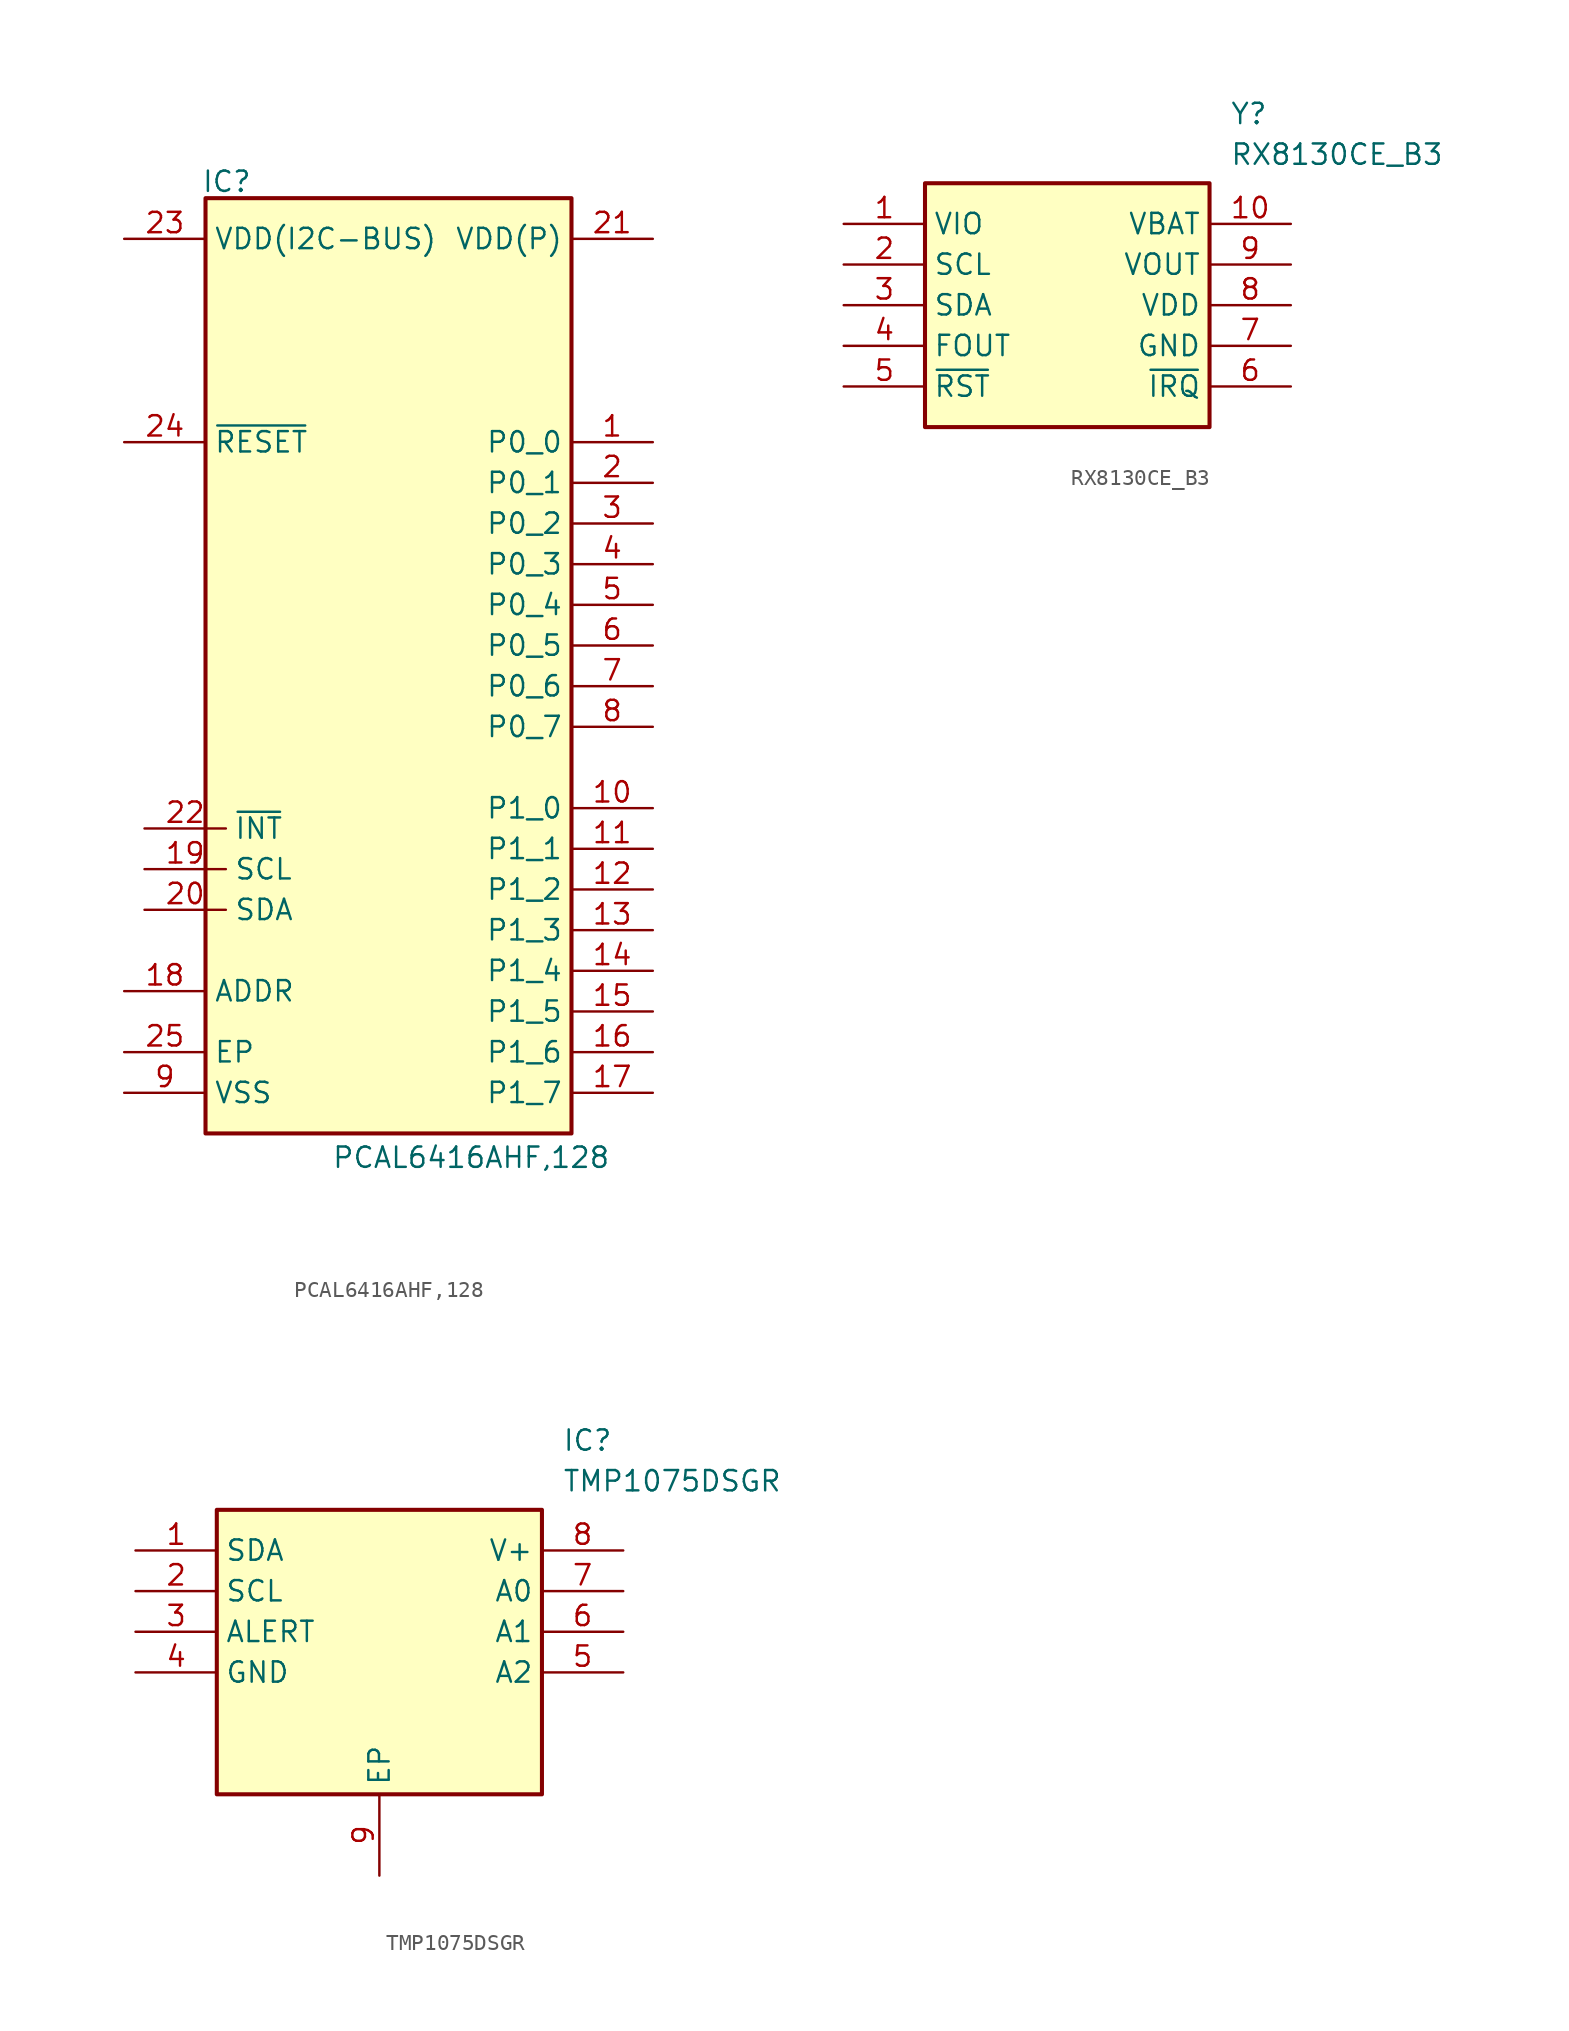
<source format=kicad_sym>
(kicad_symbol_lib
  (version 20241209)
  (generator "kicad_symbol_editor")
  (generator_version "9.0")
  (symbol "PCAL6416AHF,128"
    (property "Reference" "IC"
      (at 4.826 22.098 0)
      (effects (font (size 1.27 1.27)) (justify left top)))
    (property "Value" "PCAL6416AHF,128"
      (at 12.954 -38.862 0)
      (effects (font (size 1.27 1.27)) (justify left top)))
    (symbol "PCAL6416AHF,128_1_1"
      (rectangle (start 5.08 20.32) (end 27.94 -38.1) (stroke (width 0.254) (type default)) (fill (type background)))
      (pin passive line (at 0 17.78 0) (length 5.08) (name "VDD(I2C-BUS)" (effects (font (size 1.27 1.27)))) (number "23" (effects (font (size 1.27 1.27)))))
      (pin passive line (at 0 5.08 0) (length 5.08) (name "~{RESET}" (effects (font (size 1.27 1.27)))) (number "24" (effects (font (size 1.27 1.27)))))
      (pin passive line (at 0 -29.21 0) (length 5.08) (name "ADDR" (effects (font (size 1.27 1.27)))) (number "18" (effects (font (size 1.27 1.27)))))
      (pin passive line (at 0 -33.02 0) (length 5.08) (name "EP" (effects (font (size 1.27 1.27)))) (number "25" (effects (font (size 1.27 1.27)))))
      (pin passive line (at 0 -35.56 0) (length 5.08) (name "VSS" (effects (font (size 1.27 1.27)))) (number "9" (effects (font (size 1.27 1.27)))))
      (pin passive line (at 1.27 -19.05 0) (length 5.08) (name "~{INT}" (effects (font (size 1.27 1.27)))) (number "22" (effects (font (size 1.27 1.27)))))
      (pin passive line (at 1.27 -21.59 0) (length 5.08) (name "SCL" (effects (font (size 1.27 1.27)))) (number "19" (effects (font (size 1.27 1.27)))))
      (pin passive line (at 1.27 -24.13 0) (length 5.08) (name "SDA" (effects (font (size 1.27 1.27)))) (number "20" (effects (font (size 1.27 1.27)))))
      (pin passive line (at 33.02 17.78 180) (length 5.08) (name "VDD(P)" (effects (font (size 1.27 1.27)))) (number "21" (effects (font (size 1.27 1.27)))))
      (pin passive line (at 33.02 5.08 180) (length 5.08) (name "P0_0" (effects (font (size 1.27 1.27)))) (number "1" (effects (font (size 1.27 1.27)))))
      (pin passive line (at 33.02 2.54 180) (length 5.08) (name "P0_1" (effects (font (size 1.27 1.27)))) (number "2" (effects (font (size 1.27 1.27)))))
      (pin passive line (at 33.02 0 180) (length 5.08) (name "P0_2" (effects (font (size 1.27 1.27)))) (number "3" (effects (font (size 1.27 1.27)))))
      (pin passive line (at 33.02 -2.54 180) (length 5.08) (name "P0_3" (effects (font (size 1.27 1.27)))) (number "4" (effects (font (size 1.27 1.27)))))
      (pin passive line (at 33.02 -5.08 180) (length 5.08) (name "P0_4" (effects (font (size 1.27 1.27)))) (number "5" (effects (font (size 1.27 1.27)))))
      (pin passive line (at 33.02 -7.62 180) (length 5.08) (name "P0_5" (effects (font (size 1.27 1.27)))) (number "6" (effects (font (size 1.27 1.27)))))
      (pin passive line (at 33.02 -10.16 180) (length 5.08) (name "P0_6" (effects (font (size 1.27 1.27)))) (number "7" (effects (font (size 1.27 1.27)))))
      (pin passive line (at 33.02 -12.7 180) (length 5.08) (name "P0_7" (effects (font (size 1.27 1.27)))) (number "8" (effects (font (size 1.27 1.27)))))
      (pin passive line (at 33.02 -17.78 180) (length 5.08) (name "P1_0" (effects (font (size 1.27 1.27)))) (number "10" (effects (font (size 1.27 1.27)))))
      (pin passive line (at 33.02 -20.32 180) (length 5.08) (name "P1_1" (effects (font (size 1.27 1.27)))) (number "11" (effects (font (size 1.27 1.27)))))
      (pin passive line (at 33.02 -22.86 180) (length 5.08) (name "P1_2" (effects (font (size 1.27 1.27)))) (number "12" (effects (font (size 1.27 1.27)))))
      (pin passive line (at 33.02 -25.4 180) (length 5.08) (name "P1_3" (effects (font (size 1.27 1.27)))) (number "13" (effects (font (size 1.27 1.27)))))
      (pin passive line (at 33.02 -27.94 180) (length 5.08) (name "P1_4" (effects (font (size 1.27 1.27)))) (number "14" (effects (font (size 1.27 1.27)))))
      (pin passive line (at 33.02 -30.48 180) (length 5.08) (name "P1_5" (effects (font (size 1.27 1.27)))) (number "15" (effects (font (size 1.27 1.27)))))
      (pin passive line (at 33.02 -33.02 180) (length 5.08) (name "P1_6" (effects (font (size 1.27 1.27)))) (number "16" (effects (font (size 1.27 1.27)))))
      (pin passive line (at 33.02 -35.56 180) (length 5.08) (name "P1_7" (effects (font (size 1.27 1.27)))) (number "17" (effects (font (size 1.27 1.27)))))))
  (symbol "RX8130CE_B3"
    (property "Reference" "Y"
      (at 24.13 7.62 0)
      (effects (font (size 1.27 1.27)) (justify left top)))
    (property "Value" "RX8130CE_B3"
      (at 24.13 5.08 0)
      (effects (font (size 1.27 1.27)) (justify left top)))
    (symbol "RX8130CE_B3_1_1"
      (rectangle (start 5.08 2.54) (end 22.86 -12.7) (stroke (width 0.254) (type default)) (fill (type background)))
      (pin passive line (at 0 0 0) (length 5.08) (name "VIO" (effects (font (size 1.27 1.27)))) (number "1" (effects (font (size 1.27 1.27)))))
      (pin passive line (at 0 -2.54 0) (length 5.08) (name "SCL" (effects (font (size 1.27 1.27)))) (number "2" (effects (font (size 1.27 1.27)))))
      (pin passive line (at 0 -5.08 0) (length 5.08) (name "SDA" (effects (font (size 1.27 1.27)))) (number "3" (effects (font (size 1.27 1.27)))))
      (pin passive line (at 0 -7.62 0) (length 5.08) (name "FOUT" (effects (font (size 1.27 1.27)))) (number "4" (effects (font (size 1.27 1.27)))))
      (pin passive line (at 0 -10.16 0) (length 5.08) (name "~{RST}" (effects (font (size 1.27 1.27)))) (number "5" (effects (font (size 1.27 1.27)))))
      (pin passive line (at 27.94 0 180) (length 5.08) (name "VBAT" (effects (font (size 1.27 1.27)))) (number "10" (effects (font (size 1.27 1.27)))))
      (pin passive line (at 27.94 -2.54 180) (length 5.08) (name "VOUT" (effects (font (size 1.27 1.27)))) (number "9" (effects (font (size 1.27 1.27)))))
      (pin passive line (at 27.94 -5.08 180) (length 5.08) (name "VDD" (effects (font (size 1.27 1.27)))) (number "8" (effects (font (size 1.27 1.27)))))
      (pin passive line (at 27.94 -7.62 180) (length 5.08) (name "GND" (effects (font (size 1.27 1.27)))) (number "7" (effects (font (size 1.27 1.27)))))
      (pin passive line (at 27.94 -10.16 180) (length 5.08) (name "~{IRQ}" (effects (font (size 1.27 1.27)))) (number "6" (effects (font (size 1.27 1.27)))))))
  (symbol "TMP1075DSGR"
    (property "Reference" "IC"
      (at 26.67 7.62 0)
      (effects (font (size 1.27 1.27)) (justify left top)))
    (property "Value" "TMP1075DSGR"
      (at 26.67 5.08 0)
      (effects (font (size 1.27 1.27)) (justify left top)))
    (symbol "TMP1075DSGR_1_1"
      (rectangle (start 5.08 2.54) (end 25.4 -15.24) (stroke (width 0.254) (type default)) (fill (type background)))
      (pin passive line (at 0 0 0) (length 5.08) (name "SDA" (effects (font (size 1.27 1.27)))) (number "1" (effects (font (size 1.27 1.27)))))
      (pin passive line (at 0 -2.54 0) (length 5.08) (name "SCL" (effects (font (size 1.27 1.27)))) (number "2" (effects (font (size 1.27 1.27)))))
      (pin passive line (at 0 -5.08 0) (length 5.08) (name "ALERT" (effects (font (size 1.27 1.27)))) (number "3" (effects (font (size 1.27 1.27)))))
      (pin passive line (at 0 -7.62 0) (length 5.08) (name "GND" (effects (font (size 1.27 1.27)))) (number "4" (effects (font (size 1.27 1.27)))))
      (pin passive line (at 15.24 -20.32 90) (length 5.08) (name "EP" (effects (font (size 1.27 1.27)))) (number "9" (effects (font (size 1.27 1.27)))))
      (pin passive line (at 30.48 0 180) (length 5.08) (name "V+" (effects (font (size 1.27 1.27)))) (number "8" (effects (font (size 1.27 1.27)))))
      (pin passive line (at 30.48 -2.54 180) (length 5.08) (name "A0" (effects (font (size 1.27 1.27)))) (number "7" (effects (font (size 1.27 1.27)))))
      (pin passive line (at 30.48 -5.08 180) (length 5.08) (name "A1" (effects (font (size 1.27 1.27)))) (number "6" (effects (font (size 1.27 1.27)))))
      (pin passive line (at 30.48 -7.62 180) (length 5.08) (name "A2" (effects (font (size 1.27 1.27)))) (number "5" (effects (font (size 1.27 1.27))))))))
</source>
